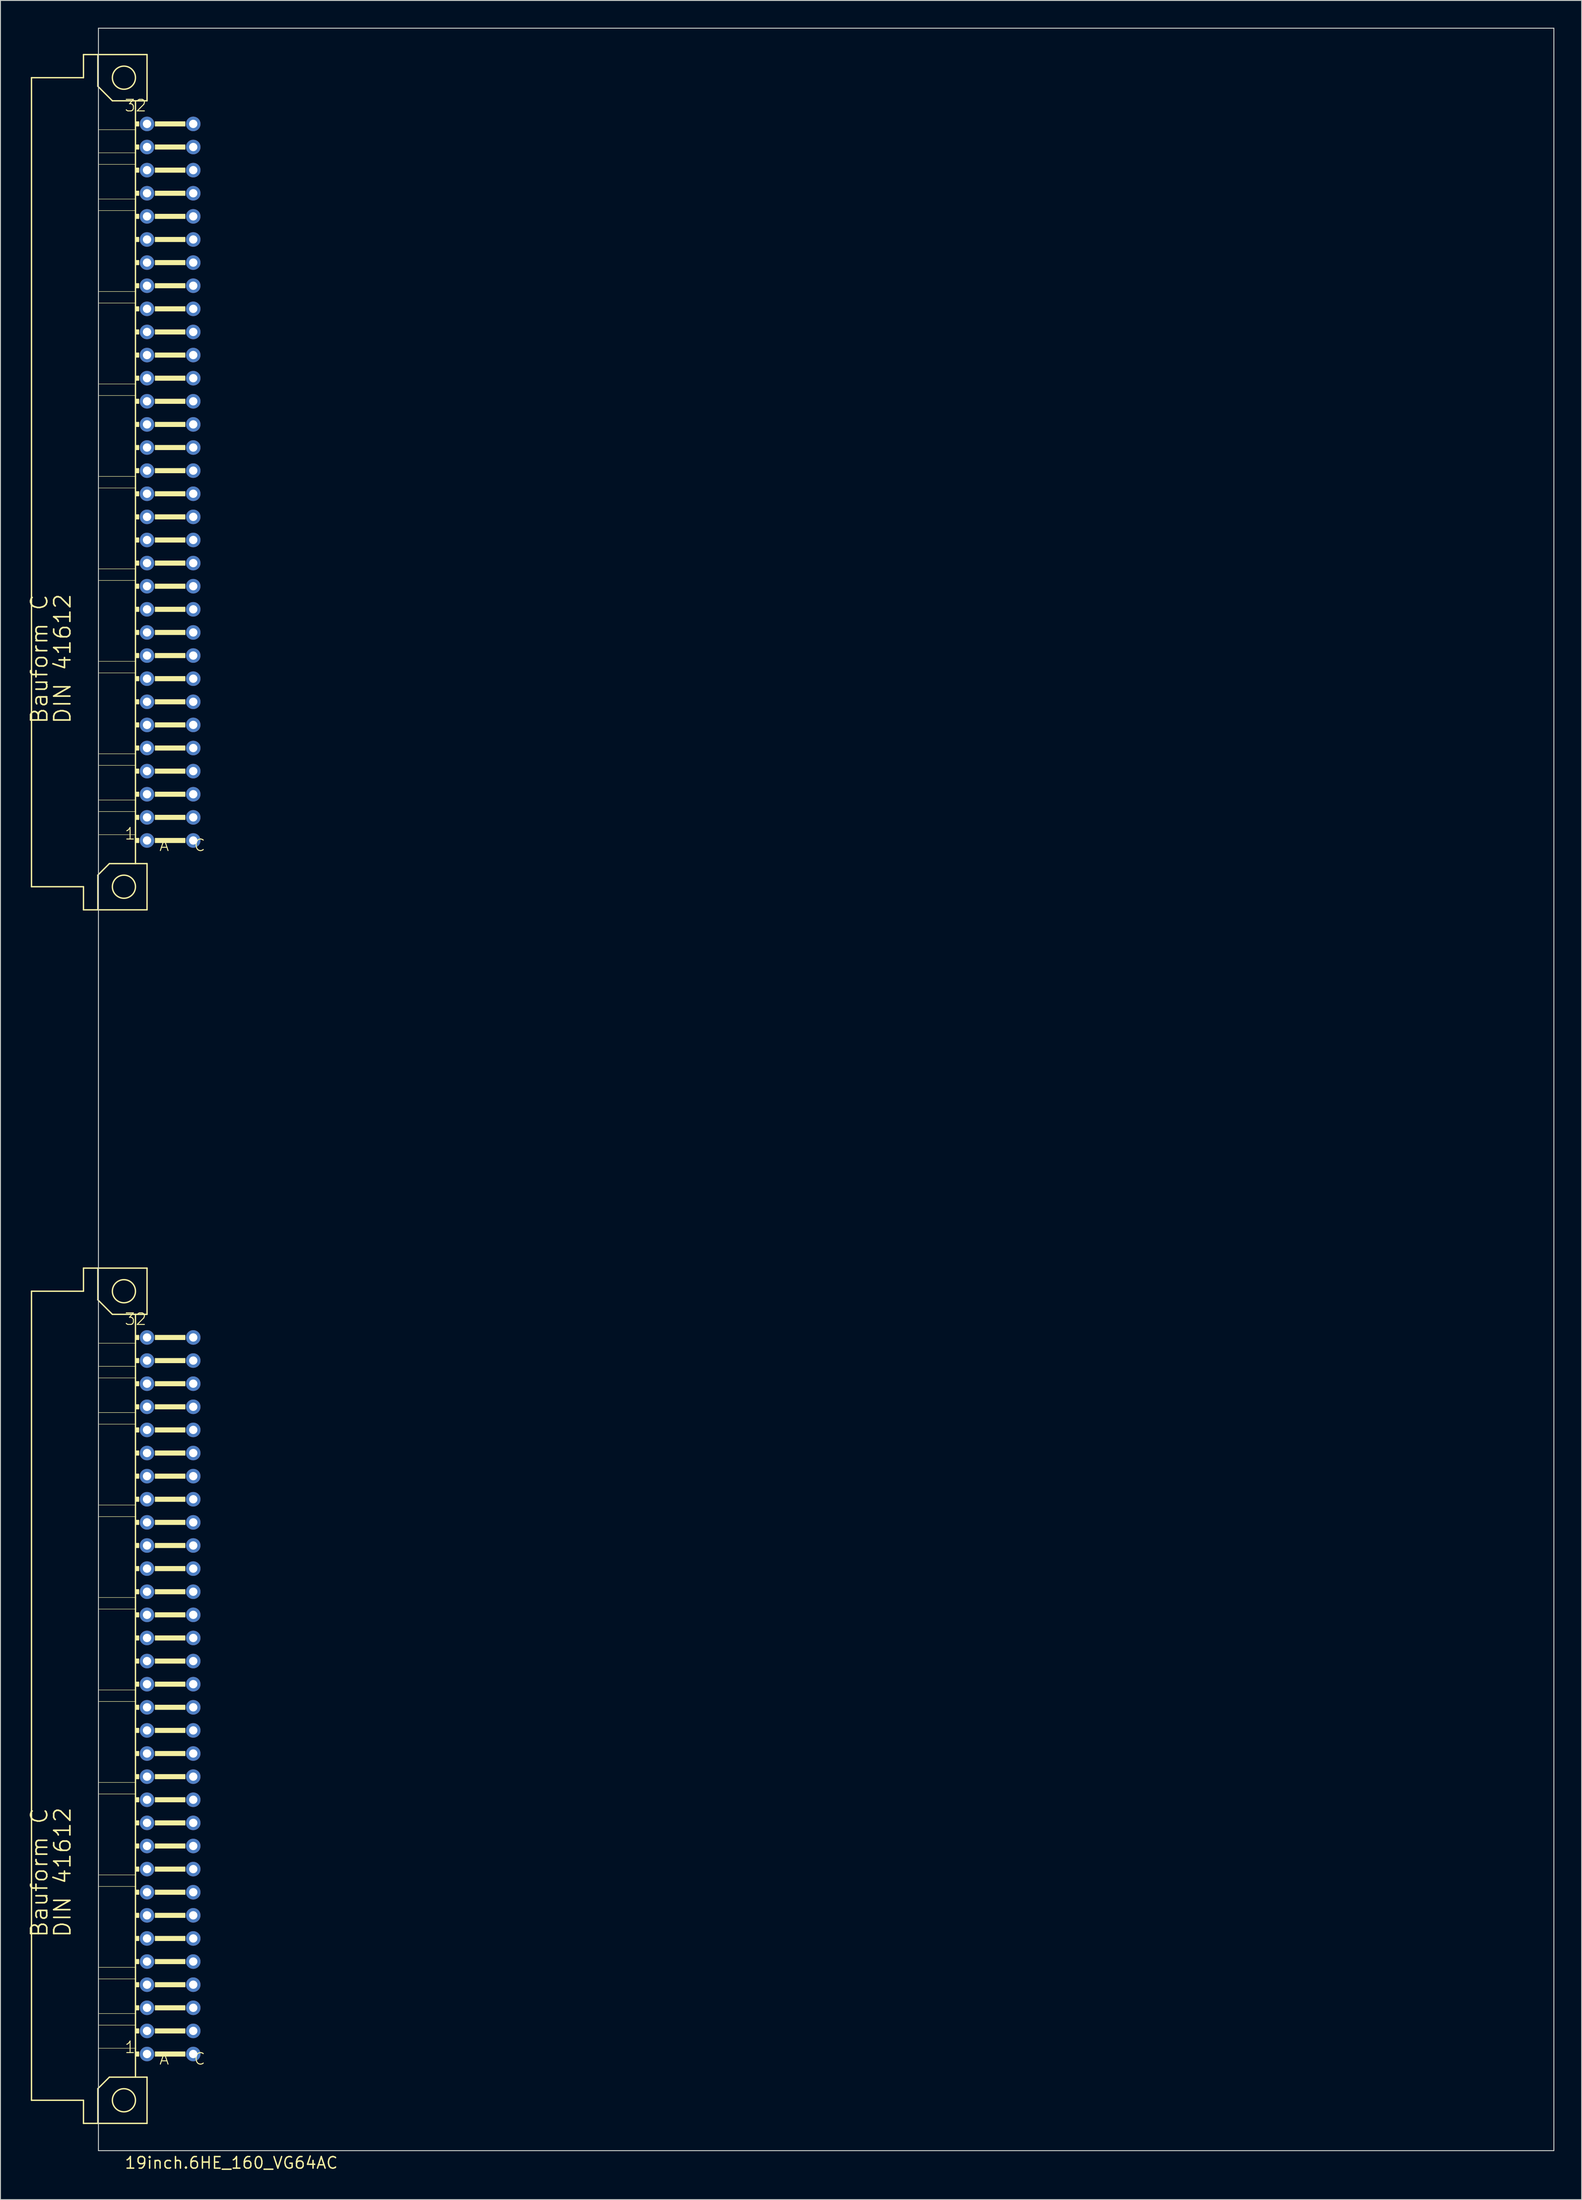
<source format=kicad_pcb>
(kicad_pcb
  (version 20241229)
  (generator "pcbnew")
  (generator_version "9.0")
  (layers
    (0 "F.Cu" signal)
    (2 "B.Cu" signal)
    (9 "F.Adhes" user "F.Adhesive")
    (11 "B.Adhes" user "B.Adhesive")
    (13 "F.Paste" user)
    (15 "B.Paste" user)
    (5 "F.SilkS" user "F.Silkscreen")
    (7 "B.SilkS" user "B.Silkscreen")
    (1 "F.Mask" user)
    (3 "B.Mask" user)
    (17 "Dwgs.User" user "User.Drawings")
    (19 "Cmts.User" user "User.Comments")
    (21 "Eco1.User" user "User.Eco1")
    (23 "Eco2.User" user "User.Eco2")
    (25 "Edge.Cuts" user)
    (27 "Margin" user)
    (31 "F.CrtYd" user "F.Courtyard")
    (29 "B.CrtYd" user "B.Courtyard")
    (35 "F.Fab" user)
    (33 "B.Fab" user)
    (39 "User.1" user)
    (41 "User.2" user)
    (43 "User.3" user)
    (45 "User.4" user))
  (footprint "19inch.6HE_160_VG64AC"
    (layer "F.Cu")
    (at 8.033 234.086)
    (property "Reference" "19inch.6HE_160_VG64AC" (at 2.54 1.27 0) (layer "F.SilkS") (effects (font (size 1.27 1.27) (thickness 0.16)) (justify left bottom)))
    (attr through_hole)
    (fp_line (start -7.62 -228.6) (end -7.62 -139.7) (stroke (width 0.152) (type default)) (layer "F.SilkS"))
    (fp_line (start -7.62 -139.7) (end -1.905 -139.7) (stroke (width 0.152) (type default)) (layer "F.SilkS"))
    (fp_line (start -7.62 -95.25) (end -7.62 -6.35) (stroke (width 0.152) (type default)) (layer "F.SilkS"))
    (fp_line (start -7.62 -6.35) (end -1.905 -6.35) (stroke (width 0.152) (type default)) (layer "F.SilkS"))
    (fp_line (start -1.905 -231.14) (end -1.905 -228.6) (stroke (width 0.152) (type default)) (layer "F.SilkS"))
    (fp_line (start -1.905 -228.6) (end -7.62 -228.6) (stroke (width 0.152) (type default)) (layer "F.SilkS"))
    (fp_line (start -1.905 -139.7) (end -1.905 -137.16) (stroke (width 0.152) (type default)) (layer "F.SilkS"))
    (fp_line (start -1.905 -137.16) (end -0.33 -137.16) (stroke (width 0.152) (type default)) (layer "F.SilkS"))
    (fp_line (start -1.905 -97.79) (end -1.905 -95.25) (stroke (width 0.152) (type default)) (layer "F.SilkS"))
    (fp_line (start -1.905 -95.25) (end -7.62 -95.25) (stroke (width 0.152) (type default)) (layer "F.SilkS"))
    (fp_line (start -1.905 -6.35) (end -1.905 -3.81) (stroke (width 0.152) (type default)) (layer "F.SilkS"))
    (fp_line (start -1.905 -3.81) (end -0.33 -3.81) (stroke (width 0.152) (type default)) (layer "F.SilkS"))
    (fp_line (start -0.33 -231.14) (end -1.905 -231.14) (stroke (width 0.152) (type default)) (layer "F.SilkS"))
    (fp_line (start -0.33 -227.66) (end -0.33 -231.14) (stroke (width 0.152) (type default)) (layer "F.SilkS"))
    (fp_line (start -0.33 -227.66) (end 1.27 -226.06) (stroke (width 0.152) (type default)) (layer "F.SilkS"))
    (fp_line (start -0.33 -140.97) (end -0.33 -137.16) (stroke (width 0.152) (type default)) (layer "F.SilkS"))
    (fp_line (start -0.33 -137.16) (end 5.08 -137.16) (stroke (width 0.152) (type default)) (layer "F.SilkS"))
    (fp_line (start -0.33 -97.79) (end -1.905 -97.79) (stroke (width 0.152) (type default)) (layer "F.SilkS"))
    (fp_line (start -0.33 -94.31) (end -0.33 -97.79) (stroke (width 0.152) (type default)) (layer "F.SilkS"))
    (fp_line (start -0.33 -94.31) (end 1.27 -92.71) (stroke (width 0.152) (type default)) (layer "F.SilkS"))
    (fp_line (start -0.33 -7.62) (end -0.33 -3.81) (stroke (width 0.152) (type default)) (layer "F.SilkS"))
    (fp_line (start -0.33 -3.81) (end 5.08 -3.81) (stroke (width 0.152) (type default)) (layer "F.SilkS"))
    (fp_line (start -0.254 -222.885) (end 3.81 -222.885) (stroke (width 0.051) (type default)) (layer "F.SilkS"))
    (fp_line (start -0.254 -220.345) (end -0.254 -222.885) (stroke (width 0.051) (type default)) (layer "F.SilkS"))
    (fp_line (start -0.254 -220.345) (end 3.81 -220.345) (stroke (width 0.051) (type default)) (layer "F.SilkS"))
    (fp_line (start -0.254 -219.075) (end 3.81 -219.075) (stroke (width 0.051) (type default)) (layer "F.SilkS"))
    (fp_line (start -0.254 -215.265) (end -0.254 -219.075) (stroke (width 0.051) (type default)) (layer "F.SilkS"))
    (fp_line (start -0.254 -215.265) (end 3.81 -215.265) (stroke (width 0.051) (type default)) (layer "F.SilkS"))
    (fp_line (start -0.254 -213.995) (end 3.81 -213.995) (stroke (width 0.051) (type default)) (layer "F.SilkS"))
    (fp_line (start -0.254 -205.105) (end -0.254 -213.995) (stroke (width 0.051) (type default)) (layer "F.SilkS"))
    (fp_line (start -0.254 -205.105) (end 3.81 -205.105) (stroke (width 0.051) (type default)) (layer "F.SilkS"))
    (fp_line (start -0.254 -203.835) (end 3.81 -203.835) (stroke (width 0.051) (type default)) (layer "F.SilkS"))
    (fp_line (start -0.254 -194.945) (end -0.254 -203.835) (stroke (width 0.051) (type default)) (layer "F.SilkS"))
    (fp_line (start -0.254 -194.945) (end 3.81 -194.945) (stroke (width 0.051) (type default)) (layer "F.SilkS"))
    (fp_line (start -0.254 -193.675) (end 3.81 -193.675) (stroke (width 0.051) (type default)) (layer "F.SilkS"))
    (fp_line (start -0.254 -184.785) (end -0.254 -193.675) (stroke (width 0.051) (type default)) (layer "F.SilkS"))
    (fp_line (start -0.254 -184.785) (end 3.81 -184.785) (stroke (width 0.051) (type default)) (layer "F.SilkS"))
    (fp_line (start -0.254 -183.515) (end 3.81 -183.515) (stroke (width 0.051) (type default)) (layer "F.SilkS"))
    (fp_line (start -0.254 -174.625) (end -0.254 -183.515) (stroke (width 0.051) (type default)) (layer "F.SilkS"))
    (fp_line (start -0.254 -174.625) (end 3.81 -174.625) (stroke (width 0.051) (type default)) (layer "F.SilkS"))
    (fp_line (start -0.254 -173.355) (end 3.81 -173.355) (stroke (width 0.051) (type default)) (layer "F.SilkS"))
    (fp_line (start -0.254 -164.465) (end -0.254 -173.355) (stroke (width 0.051) (type default)) (layer "F.SilkS"))
    (fp_line (start -0.254 -164.465) (end 3.81 -164.465) (stroke (width 0.051) (type default)) (layer "F.SilkS"))
    (fp_line (start -0.254 -163.195) (end 3.81 -163.195) (stroke (width 0.051) (type default)) (layer "F.SilkS"))
    (fp_line (start -0.254 -154.305) (end -0.254 -163.195) (stroke (width 0.051) (type default)) (layer "F.SilkS"))
    (fp_line (start -0.254 -154.305) (end 3.81 -154.305) (stroke (width 0.051) (type default)) (layer "F.SilkS"))
    (fp_line (start -0.254 -153.035) (end 3.81 -153.035) (stroke (width 0.051) (type default)) (layer "F.SilkS"))
    (fp_line (start -0.254 -149.225) (end -0.254 -153.035) (stroke (width 0.051) (type default)) (layer "F.SilkS"))
    (fp_line (start -0.254 -149.225) (end 3.81 -149.225) (stroke (width 0.051) (type default)) (layer "F.SilkS"))
    (fp_line (start -0.254 -147.955) (end 3.81 -147.955) (stroke (width 0.051) (type default)) (layer "F.SilkS"))
    (fp_line (start -0.254 -145.415) (end -0.254 -147.955) (stroke (width 0.051) (type default)) (layer "F.SilkS"))
    (fp_line (start -0.254 -145.415) (end 3.81 -145.415) (stroke (width 0.051) (type default)) (layer "F.SilkS"))
    (fp_line (start -0.254 -89.535) (end 3.81 -89.535) (stroke (width 0.051) (type default)) (layer "F.SilkS"))
    (fp_line (start -0.254 -86.995) (end -0.254 -89.535) (stroke (width 0.051) (type default)) (layer "F.SilkS"))
    (fp_line (start -0.254 -86.995) (end 3.81 -86.995) (stroke (width 0.051) (type default)) (layer "F.SilkS"))
    (fp_line (start -0.254 -85.725) (end 3.81 -85.725) (stroke (width 0.051) (type default)) (layer "F.SilkS"))
    (fp_line (start -0.254 -81.915) (end -0.254 -85.725) (stroke (width 0.051) (type default)) (layer "F.SilkS"))
    (fp_line (start -0.254 -81.915) (end 3.81 -81.915) (stroke (width 0.051) (type default)) (layer "F.SilkS"))
    (fp_line (start -0.254 -80.645) (end 3.81 -80.645) (stroke (width 0.051) (type default)) (layer "F.SilkS"))
    (fp_line (start -0.254 -71.755) (end -0.254 -80.645) (stroke (width 0.051) (type default)) (layer "F.SilkS"))
    (fp_line (start -0.254 -71.755) (end 3.81 -71.755) (stroke (width 0.051) (type default)) (layer "F.SilkS"))
    (fp_line (start -0.254 -70.485) (end 3.81 -70.485) (stroke (width 0.051) (type default)) (layer "F.SilkS"))
    (fp_line (start -0.254 -61.595) (end -0.254 -70.485) (stroke (width 0.051) (type default)) (layer "F.SilkS"))
    (fp_line (start -0.254 -61.595) (end 3.81 -61.595) (stroke (width 0.051) (type default)) (layer "F.SilkS"))
    (fp_line (start -0.254 -60.325) (end 3.81 -60.325) (stroke (width 0.051) (type default)) (layer "F.SilkS"))
    (fp_line (start -0.254 -51.435) (end -0.254 -60.325) (stroke (width 0.051) (type default)) (layer "F.SilkS"))
    (fp_line (start -0.254 -51.435) (end 3.81 -51.435) (stroke (width 0.051) (type default)) (layer "F.SilkS"))
    (fp_line (start -0.254 -50.165) (end 3.81 -50.165) (stroke (width 0.051) (type default)) (layer "F.SilkS"))
    (fp_line (start -0.254 -41.275) (end -0.254 -50.165) (stroke (width 0.051) (type default)) (layer "F.SilkS"))
    (fp_line (start -0.254 -41.275) (end 3.81 -41.275) (stroke (width 0.051) (type default)) (layer "F.SilkS"))
    (fp_line (start -0.254 -40.005) (end 3.81 -40.005) (stroke (width 0.051) (type default)) (layer "F.SilkS"))
    (fp_line (start -0.254 -31.115) (end -0.254 -40.005) (stroke (width 0.051) (type default)) (layer "F.SilkS"))
    (fp_line (start -0.254 -31.115) (end 3.81 -31.115) (stroke (width 0.051) (type default)) (layer "F.SilkS"))
    (fp_line (start -0.254 -29.845) (end 3.81 -29.845) (stroke (width 0.051) (type default)) (layer "F.SilkS"))
    (fp_line (start -0.254 -20.955) (end -0.254 -29.845) (stroke (width 0.051) (type default)) (layer "F.SilkS"))
    (fp_line (start -0.254 -20.955) (end 3.81 -20.955) (stroke (width 0.051) (type default)) (layer "F.SilkS"))
    (fp_line (start -0.254 -19.685) (end 3.81 -19.685) (stroke (width 0.051) (type default)) (layer "F.SilkS"))
    (fp_line (start -0.254 -15.875) (end -0.254 -19.685) (stroke (width 0.051) (type default)) (layer "F.SilkS"))
    (fp_line (start -0.254 -15.875) (end 3.81 -15.875) (stroke (width 0.051) (type default)) (layer "F.SilkS"))
    (fp_line (start -0.254 -14.605) (end 3.81 -14.605) (stroke (width 0.051) (type default)) (layer "F.SilkS"))
    (fp_line (start -0.254 -12.065) (end -0.254 -14.605) (stroke (width 0.051) (type default)) (layer "F.SilkS"))
    (fp_line (start -0.254 -12.065) (end 3.81 -12.065) (stroke (width 0.051) (type default)) (layer "F.SilkS"))
    (fp_line (start 0.94 -142.24) (end -0.33 -140.97) (stroke (width 0.152) (type default)) (layer "F.SilkS"))
    (fp_line (start 0.94 -8.89) (end -0.33 -7.62) (stroke (width 0.152) (type default)) (layer "F.SilkS"))
    (fp_line (start 3.81 -226.06) (end 1.27 -226.06) (stroke (width 0.152) (type default)) (layer "F.SilkS"))
    (fp_line (start 3.81 -222.885) (end 3.81 -226.06) (stroke (width 0.152) (type default)) (layer "F.SilkS"))
    (fp_line (start 3.81 -220.345) (end 3.81 -222.885) (stroke (width 0.152) (type default)) (layer "F.SilkS"))
    (fp_line (start 3.81 -219.075) (end 3.81 -220.345) (stroke (width 0.152) (type default)) (layer "F.SilkS"))
    (fp_line (start 3.81 -215.265) (end 3.81 -219.075) (stroke (width 0.152) (type default)) (layer "F.SilkS"))
    (fp_line (start 3.81 -213.995) (end 3.81 -215.265) (stroke (width 0.152) (type default)) (layer "F.SilkS"))
    (fp_line (start 3.81 -205.105) (end 3.81 -213.995) (stroke (width 0.152) (type default)) (layer "F.SilkS"))
    (fp_line (start 3.81 -203.835) (end 3.81 -205.105) (stroke (width 0.152) (type default)) (layer "F.SilkS"))
    (fp_line (start 3.81 -194.945) (end 3.81 -203.835) (stroke (width 0.152) (type default)) (layer "F.SilkS"))
    (fp_line (start 3.81 -193.675) (end 3.81 -194.945) (stroke (width 0.152) (type default)) (layer "F.SilkS"))
    (fp_line (start 3.81 -184.785) (end 3.81 -193.675) (stroke (width 0.152) (type default)) (layer "F.SilkS"))
    (fp_line (start 3.81 -183.515) (end 3.81 -184.785) (stroke (width 0.152) (type default)) (layer "F.SilkS"))
    (fp_line (start 3.81 -174.625) (end 3.81 -183.515) (stroke (width 0.152) (type default)) (layer "F.SilkS"))
    (fp_line (start 3.81 -173.355) (end 3.81 -174.625) (stroke (width 0.152) (type default)) (layer "F.SilkS"))
    (fp_line (start 3.81 -164.465) (end 3.81 -173.355) (stroke (width 0.152) (type default)) (layer "F.SilkS"))
    (fp_line (start 3.81 -163.195) (end 3.81 -164.465) (stroke (width 0.152) (type default)) (layer "F.SilkS"))
    (fp_line (start 3.81 -154.305) (end 3.81 -163.195) (stroke (width 0.152) (type default)) (layer "F.SilkS"))
    (fp_line (start 3.81 -153.035) (end 3.81 -154.305) (stroke (width 0.152) (type default)) (layer "F.SilkS"))
    (fp_line (start 3.81 -149.225) (end 3.81 -153.035) (stroke (width 0.152) (type default)) (layer "F.SilkS"))
    (fp_line (start 3.81 -147.955) (end 3.81 -149.225) (stroke (width 0.152) (type default)) (layer "F.SilkS"))
    (fp_line (start 3.81 -145.415) (end 3.81 -147.955) (stroke (width 0.152) (type default)) (layer "F.SilkS"))
    (fp_line (start 3.81 -142.24) (end 0.94 -142.24) (stroke (width 0.152) (type default)) (layer "F.SilkS"))
    (fp_line (start 3.81 -142.24) (end 3.81 -145.415) (stroke (width 0.152) (type default)) (layer "F.SilkS"))
    (fp_line (start 3.81 -92.71) (end 1.27 -92.71) (stroke (width 0.152) (type default)) (layer "F.SilkS"))
    (fp_line (start 3.81 -89.535) (end 3.81 -92.71) (stroke (width 0.152) (type default)) (layer "F.SilkS"))
    (fp_line (start 3.81 -86.995) (end 3.81 -89.535) (stroke (width 0.152) (type default)) (layer "F.SilkS"))
    (fp_line (start 3.81 -85.725) (end 3.81 -86.995) (stroke (width 0.152) (type default)) (layer "F.SilkS"))
    (fp_line (start 3.81 -81.915) (end 3.81 -85.725) (stroke (width 0.152) (type default)) (layer "F.SilkS"))
    (fp_line (start 3.81 -80.645) (end 3.81 -81.915) (stroke (width 0.152) (type default)) (layer "F.SilkS"))
    (fp_line (start 3.81 -71.755) (end 3.81 -80.645) (stroke (width 0.152) (type default)) (layer "F.SilkS"))
    (fp_line (start 3.81 -70.485) (end 3.81 -71.755) (stroke (width 0.152) (type default)) (layer "F.SilkS"))
    (fp_line (start 3.81 -61.595) (end 3.81 -70.485) (stroke (width 0.152) (type default)) (layer "F.SilkS"))
    (fp_line (start 3.81 -60.325) (end 3.81 -61.595) (stroke (width 0.152) (type default)) (layer "F.SilkS"))
    (fp_line (start 3.81 -51.435) (end 3.81 -60.325) (stroke (width 0.152) (type default)) (layer "F.SilkS"))
    (fp_line (start 3.81 -50.165) (end 3.81 -51.435) (stroke (width 0.152) (type default)) (layer "F.SilkS"))
    (fp_line (start 3.81 -41.275) (end 3.81 -50.165) (stroke (width 0.152) (type default)) (layer "F.SilkS"))
    (fp_line (start 3.81 -40.005) (end 3.81 -41.275) (stroke (width 0.152) (type default)) (layer "F.SilkS"))
    (fp_line (start 3.81 -31.115) (end 3.81 -40.005) (stroke (width 0.152) (type default)) (layer "F.SilkS"))
    (fp_line (start 3.81 -29.845) (end 3.81 -31.115) (stroke (width 0.152) (type default)) (layer "F.SilkS"))
    (fp_line (start 3.81 -20.955) (end 3.81 -29.845) (stroke (width 0.152) (type default)) (layer "F.SilkS"))
    (fp_line (start 3.81 -19.685) (end 3.81 -20.955) (stroke (width 0.152) (type default)) (layer "F.SilkS"))
    (fp_line (start 3.81 -15.875) (end 3.81 -19.685) (stroke (width 0.152) (type default)) (layer "F.SilkS"))
    (fp_line (start 3.81 -14.605) (end 3.81 -15.875) (stroke (width 0.152) (type default)) (layer "F.SilkS"))
    (fp_line (start 3.81 -12.065) (end 3.81 -14.605) (stroke (width 0.152) (type default)) (layer "F.SilkS"))
    (fp_line (start 3.81 -8.89) (end 0.94 -8.89) (stroke (width 0.152) (type default)) (layer "F.SilkS"))
    (fp_line (start 3.81 -8.89) (end 3.81 -12.065) (stroke (width 0.152) (type default)) (layer "F.SilkS"))
    (fp_line (start 5.08 -231.14) (end -0.33 -231.14) (stroke (width 0.152) (type default)) (layer "F.SilkS"))
    (fp_line (start 5.08 -226.06) (end 3.81 -226.06) (stroke (width 0.152) (type default)) (layer "F.SilkS"))
    (fp_line (start 5.08 -226.06) (end 5.08 -231.14) (stroke (width 0.152) (type default)) (layer "F.SilkS"))
    (fp_line (start 5.08 -142.24) (end 3.81 -142.24) (stroke (width 0.152) (type default)) (layer "F.SilkS"))
    (fp_line (start 5.08 -137.16) (end 5.08 -142.24) (stroke (width 0.152) (type default)) (layer "F.SilkS"))
    (fp_line (start 5.08 -97.79) (end -0.33 -97.79) (stroke (width 0.152) (type default)) (layer "F.SilkS"))
    (fp_line (start 5.08 -92.71) (end 3.81 -92.71) (stroke (width 0.152) (type default)) (layer "F.SilkS"))
    (fp_line (start 5.08 -92.71) (end 5.08 -97.79) (stroke (width 0.152) (type default)) (layer "F.SilkS"))
    (fp_line (start 5.08 -8.89) (end 3.81 -8.89) (stroke (width 0.152) (type default)) (layer "F.SilkS"))
    (fp_line (start 5.08 -3.81) (end 5.08 -8.89) (stroke (width 0.152) (type default)) (layer "F.SilkS"))
    (fp_rect (start 3.81 -223.266) (end 4.191 -223.774) (stroke (width 0.05) (type default)) (fill yes) (layer "F.SilkS"))
    (fp_rect (start 3.81 -220.726) (end 4.191 -221.234) (stroke (width 0.05) (type default)) (fill yes) (layer "F.SilkS"))
    (fp_rect (start 3.81 -218.186) (end 4.191 -218.694) (stroke (width 0.05) (type default)) (fill yes) (layer "F.SilkS"))
    (fp_rect (start 3.81 -215.646) (end 4.191 -216.154) (stroke (width 0.05) (type default)) (fill yes) (layer "F.SilkS"))
    (fp_rect (start 3.81 -213.106) (end 4.191 -213.614) (stroke (width 0.05) (type default)) (fill yes) (layer "F.SilkS"))
    (fp_rect (start 3.81 -210.566) (end 4.191 -211.074) (stroke (width 0.05) (type default)) (fill yes) (layer "F.SilkS"))
    (fp_rect (start 3.81 -208.026) (end 4.191 -208.534) (stroke (width 0.05) (type default)) (fill yes) (layer "F.SilkS"))
    (fp_rect (start 3.81 -205.486) (end 4.191 -205.994) (stroke (width 0.05) (type default)) (fill yes) (layer "F.SilkS"))
    (fp_rect (start 3.81 -202.946) (end 4.191 -203.454) (stroke (width 0.05) (type default)) (fill yes) (layer "F.SilkS"))
    (fp_rect (start 3.81 -200.406) (end 4.191 -200.914) (stroke (width 0.05) (type default)) (fill yes) (layer "F.SilkS"))
    (fp_rect (start 3.81 -197.866) (end 4.191 -198.374) (stroke (width 0.05) (type default)) (fill yes) (layer "F.SilkS"))
    (fp_rect (start 3.81 -195.326) (end 4.191 -195.834) (stroke (width 0.05) (type default)) (fill yes) (layer "F.SilkS"))
    (fp_rect (start 3.81 -192.786) (end 4.191 -193.294) (stroke (width 0.05) (type default)) (fill yes) (layer "F.SilkS"))
    (fp_rect (start 3.81 -190.246) (end 4.191 -190.754) (stroke (width 0.05) (type default)) (fill yes) (layer "F.SilkS"))
    (fp_rect (start 3.81 -187.706) (end 4.191 -188.214) (stroke (width 0.05) (type default)) (fill yes) (layer "F.SilkS"))
    (fp_rect (start 3.81 -185.166) (end 4.191 -185.674) (stroke (width 0.05) (type default)) (fill yes) (layer "F.SilkS"))
    (fp_rect (start 3.81 -182.626) (end 4.191 -183.134) (stroke (width 0.05) (type default)) (fill yes) (layer "F.SilkS"))
    (fp_rect (start 3.81 -180.086) (end 4.191 -180.594) (stroke (width 0.05) (type default)) (fill yes) (layer "F.SilkS"))
    (fp_rect (start 3.81 -177.546) (end 4.191 -178.054) (stroke (width 0.05) (type default)) (fill yes) (layer "F.SilkS"))
    (fp_rect (start 3.81 -175.006) (end 4.191 -175.514) (stroke (width 0.05) (type default)) (fill yes) (layer "F.SilkS"))
    (fp_rect (start 3.81 -172.466) (end 4.191 -172.974) (stroke (width 0.05) (type default)) (fill yes) (layer "F.SilkS"))
    (fp_rect (start 3.81 -169.926) (end 4.191 -170.434) (stroke (width 0.05) (type default)) (fill yes) (layer "F.SilkS"))
    (fp_rect (start 3.81 -167.386) (end 4.191 -167.894) (stroke (width 0.05) (type default)) (fill yes) (layer "F.SilkS"))
    (fp_rect (start 3.81 -164.846) (end 4.191 -165.354) (stroke (width 0.05) (type default)) (fill yes) (layer "F.SilkS"))
    (fp_rect (start 3.81 -162.306) (end 4.191 -162.814) (stroke (width 0.05) (type default)) (fill yes) (layer "F.SilkS"))
    (fp_rect (start 3.81 -159.766) (end 4.191 -160.274) (stroke (width 0.05) (type default)) (fill yes) (layer "F.SilkS"))
    (fp_rect (start 3.81 -157.226) (end 4.191 -157.734) (stroke (width 0.05) (type default)) (fill yes) (layer "F.SilkS"))
    (fp_rect (start 3.81 -154.686) (end 4.191 -155.194) (stroke (width 0.05) (type default)) (fill yes) (layer "F.SilkS"))
    (fp_rect (start 3.81 -152.146) (end 4.191 -152.654) (stroke (width 0.05) (type default)) (fill yes) (layer "F.SilkS"))
    (fp_rect (start 3.81 -149.606) (end 4.191 -150.114) (stroke (width 0.05) (type default)) (fill yes) (layer "F.SilkS"))
    (fp_rect (start 3.81 -147.066) (end 4.191 -147.574) (stroke (width 0.05) (type default)) (fill yes) (layer "F.SilkS"))
    (fp_rect (start 3.81 -144.526) (end 4.191 -145.034) (stroke (width 0.05) (type default)) (fill yes) (layer "F.SilkS"))
    (fp_rect (start 3.81 -89.916) (end 4.191 -90.424) (stroke (width 0.05) (type default)) (fill yes) (layer "F.SilkS"))
    (fp_rect (start 3.81 -87.376) (end 4.191 -87.884) (stroke (width 0.05) (type default)) (fill yes) (layer "F.SilkS"))
    (fp_rect (start 3.81 -84.836) (end 4.191 -85.344) (stroke (width 0.05) (type default)) (fill yes) (layer "F.SilkS"))
    (fp_rect (start 3.81 -82.296) (end 4.191 -82.804) (stroke (width 0.05) (type default)) (fill yes) (layer "F.SilkS"))
    (fp_rect (start 3.81 -79.756) (end 4.191 -80.264) (stroke (width 0.05) (type default)) (fill yes) (layer "F.SilkS"))
    (fp_rect (start 3.81 -77.216) (end 4.191 -77.724) (stroke (width 0.05) (type default)) (fill yes) (layer "F.SilkS"))
    (fp_rect (start 3.81 -74.676) (end 4.191 -75.184) (stroke (width 0.05) (type default)) (fill yes) (layer "F.SilkS"))
    (fp_rect (start 3.81 -72.136) (end 4.191 -72.644) (stroke (width 0.05) (type default)) (fill yes) (layer "F.SilkS"))
    (fp_rect (start 3.81 -69.596) (end 4.191 -70.104) (stroke (width 0.05) (type default)) (fill yes) (layer "F.SilkS"))
    (fp_rect (start 3.81 -67.056) (end 4.191 -67.564) (stroke (width 0.05) (type default)) (fill yes) (layer "F.SilkS"))
    (fp_rect (start 3.81 -64.516) (end 4.191 -65.024) (stroke (width 0.05) (type default)) (fill yes) (layer "F.SilkS"))
    (fp_rect (start 3.81 -61.976) (end 4.191 -62.484) (stroke (width 0.05) (type default)) (fill yes) (layer "F.SilkS"))
    (fp_rect (start 3.81 -59.436) (end 4.191 -59.944) (stroke (width 0.05) (type default)) (fill yes) (layer "F.SilkS"))
    (fp_rect (start 3.81 -56.896) (end 4.191 -57.404) (stroke (width 0.05) (type default)) (fill yes) (layer "F.SilkS"))
    (fp_rect (start 3.81 -54.356) (end 4.191 -54.864) (stroke (width 0.05) (type default)) (fill yes) (layer "F.SilkS"))
    (fp_rect (start 3.81 -51.816) (end 4.191 -52.324) (stroke (width 0.05) (type default)) (fill yes) (layer "F.SilkS"))
    (fp_rect (start 3.81 -49.276) (end 4.191 -49.784) (stroke (width 0.05) (type default)) (fill yes) (layer "F.SilkS"))
    (fp_rect (start 3.81 -46.736) (end 4.191 -47.244) (stroke (width 0.05) (type default)) (fill yes) (layer "F.SilkS"))
    (fp_rect (start 3.81 -44.196) (end 4.191 -44.704) (stroke (width 0.05) (type default)) (fill yes) (layer "F.SilkS"))
    (fp_rect (start 3.81 -41.656) (end 4.191 -42.164) (stroke (width 0.05) (type default)) (fill yes) (layer "F.SilkS"))
    (fp_rect (start 3.81 -39.116) (end 4.191 -39.624) (stroke (width 0.05) (type default)) (fill yes) (layer "F.SilkS"))
    (fp_rect (start 3.81 -36.576) (end 4.191 -37.084) (stroke (width 0.05) (type default)) (fill yes) (layer "F.SilkS"))
    (fp_rect (start 3.81 -34.036) (end 4.191 -34.544) (stroke (width 0.05) (type default)) (fill yes) (layer "F.SilkS"))
    (fp_rect (start 3.81 -31.496) (end 4.191 -32.004) (stroke (width 0.05) (type default)) (fill yes) (layer "F.SilkS"))
    (fp_rect (start 3.81 -28.956) (end 4.191 -29.464) (stroke (width 0.05) (type default)) (fill yes) (layer "F.SilkS"))
    (fp_rect (start 3.81 -26.416) (end 4.191 -26.924) (stroke (width 0.05) (type default)) (fill yes) (layer "F.SilkS"))
    (fp_rect (start 3.81 -23.876) (end 4.191 -24.384) (stroke (width 0.05) (type default)) (fill yes) (layer "F.SilkS"))
    (fp_rect (start 3.81 -21.336) (end 4.191 -21.844) (stroke (width 0.05) (type default)) (fill yes) (layer "F.SilkS"))
    (fp_rect (start 3.81 -18.796) (end 4.191 -19.304) (stroke (width 0.05) (type default)) (fill yes) (layer "F.SilkS"))
    (fp_rect (start 3.81 -16.256) (end 4.191 -16.764) (stroke (width 0.05) (type default)) (fill yes) (layer "F.SilkS"))
    (fp_rect (start 3.81 -13.716) (end 4.191 -14.224) (stroke (width 0.05) (type default)) (fill yes) (layer "F.SilkS"))
    (fp_rect (start 3.81 -11.176) (end 4.191 -11.684) (stroke (width 0.05) (type default)) (fill yes) (layer "F.SilkS"))
    (fp_rect (start 5.969 -223.266) (end 9.271 -223.774) (stroke (width 0.05) (type default)) (fill yes) (layer "F.SilkS"))
    (fp_rect (start 5.969 -220.726) (end 9.271 -221.234) (stroke (width 0.05) (type default)) (fill yes) (layer "F.SilkS"))
    (fp_rect (start 5.969 -218.186) (end 9.271 -218.694) (stroke (width 0.05) (type default)) (fill yes) (layer "F.SilkS"))
    (fp_rect (start 5.969 -215.646) (end 9.271 -216.154) (stroke (width 0.05) (type default)) (fill yes) (layer "F.SilkS"))
    (fp_rect (start 5.969 -213.106) (end 9.271 -213.614) (stroke (width 0.05) (type default)) (fill yes) (layer "F.SilkS"))
    (fp_rect (start 5.969 -210.566) (end 9.271 -211.074) (stroke (width 0.05) (type default)) (fill yes) (layer "F.SilkS"))
    (fp_rect (start 5.969 -208.026) (end 9.271 -208.534) (stroke (width 0.05) (type default)) (fill yes) (layer "F.SilkS"))
    (fp_rect (start 5.969 -205.486) (end 9.271 -205.994) (stroke (width 0.05) (type default)) (fill yes) (layer "F.SilkS"))
    (fp_rect (start 5.969 -202.946) (end 9.271 -203.454) (stroke (width 0.05) (type default)) (fill yes) (layer "F.SilkS"))
    (fp_rect (start 5.969 -200.406) (end 9.271 -200.914) (stroke (width 0.05) (type default)) (fill yes) (layer "F.SilkS"))
    (fp_rect (start 5.969 -197.866) (end 9.271 -198.374) (stroke (width 0.05) (type default)) (fill yes) (layer "F.SilkS"))
    (fp_rect (start 5.969 -195.326) (end 9.271 -195.834) (stroke (width 0.05) (type default)) (fill yes) (layer "F.SilkS"))
    (fp_rect (start 5.969 -192.786) (end 9.271 -193.294) (stroke (width 0.05) (type default)) (fill yes) (layer "F.SilkS"))
    (fp_rect (start 5.969 -190.246) (end 9.271 -190.754) (stroke (width 0.05) (type default)) (fill yes) (layer "F.SilkS"))
    (fp_rect (start 5.969 -187.706) (end 9.271 -188.214) (stroke (width 0.05) (type default)) (fill yes) (layer "F.SilkS"))
    (fp_rect (start 5.969 -185.166) (end 9.271 -185.674) (stroke (width 0.05) (type default)) (fill yes) (layer "F.SilkS"))
    (fp_rect (start 5.969 -182.626) (end 9.271 -183.134) (stroke (width 0.05) (type default)) (fill yes) (layer "F.SilkS"))
    (fp_rect (start 5.969 -180.086) (end 9.271 -180.594) (stroke (width 0.05) (type default)) (fill yes) (layer "F.SilkS"))
    (fp_rect (start 5.969 -177.546) (end 9.271 -178.054) (stroke (width 0.05) (type default)) (fill yes) (layer "F.SilkS"))
    (fp_rect (start 5.969 -175.006) (end 9.271 -175.514) (stroke (width 0.05) (type default)) (fill yes) (layer "F.SilkS"))
    (fp_rect (start 5.969 -172.466) (end 9.271 -172.974) (stroke (width 0.05) (type default)) (fill yes) (layer "F.SilkS"))
    (fp_rect (start 5.969 -169.926) (end 9.271 -170.434) (stroke (width 0.05) (type default)) (fill yes) (layer "F.SilkS"))
    (fp_rect (start 5.969 -167.386) (end 9.271 -167.894) (stroke (width 0.05) (type default)) (fill yes) (layer "F.SilkS"))
    (fp_rect (start 5.969 -164.846) (end 9.271 -165.354) (stroke (width 0.05) (type default)) (fill yes) (layer "F.SilkS"))
    (fp_rect (start 5.969 -162.306) (end 9.271 -162.814) (stroke (width 0.05) (type default)) (fill yes) (layer "F.SilkS"))
    (fp_rect (start 5.969 -159.766) (end 9.271 -160.274) (stroke (width 0.05) (type default)) (fill yes) (layer "F.SilkS"))
    (fp_rect (start 5.969 -157.226) (end 9.271 -157.734) (stroke (width 0.05) (type default)) (fill yes) (layer "F.SilkS"))
    (fp_rect (start 5.969 -154.686) (end 9.271 -155.194) (stroke (width 0.05) (type default)) (fill yes) (layer "F.SilkS"))
    (fp_rect (start 5.969 -152.146) (end 9.271 -152.654) (stroke (width 0.05) (type default)) (fill yes) (layer "F.SilkS"))
    (fp_rect (start 5.969 -149.606) (end 9.271 -150.114) (stroke (width 0.05) (type default)) (fill yes) (layer "F.SilkS"))
    (fp_rect (start 5.969 -147.066) (end 9.271 -147.574) (stroke (width 0.05) (type default)) (fill yes) (layer "F.SilkS"))
    (fp_rect (start 5.969 -144.526) (end 9.271 -145.034) (stroke (width 0.05) (type default)) (fill yes) (layer "F.SilkS"))
    (fp_rect (start 5.969 -89.916) (end 9.271 -90.424) (stroke (width 0.05) (type default)) (fill yes) (layer "F.SilkS"))
    (fp_rect (start 5.969 -87.376) (end 9.271 -87.884) (stroke (width 0.05) (type default)) (fill yes) (layer "F.SilkS"))
    (fp_rect (start 5.969 -84.836) (end 9.271 -85.344) (stroke (width 0.05) (type default)) (fill yes) (layer "F.SilkS"))
    (fp_rect (start 5.969 -82.296) (end 9.271 -82.804) (stroke (width 0.05) (type default)) (fill yes) (layer "F.SilkS"))
    (fp_rect (start 5.969 -79.756) (end 9.271 -80.264) (stroke (width 0.05) (type default)) (fill yes) (layer "F.SilkS"))
    (fp_rect (start 5.969 -77.216) (end 9.271 -77.724) (stroke (width 0.05) (type default)) (fill yes) (layer "F.SilkS"))
    (fp_rect (start 5.969 -74.676) (end 9.271 -75.184) (stroke (width 0.05) (type default)) (fill yes) (layer "F.SilkS"))
    (fp_rect (start 5.969 -72.136) (end 9.271 -72.644) (stroke (width 0.05) (type default)) (fill yes) (layer "F.SilkS"))
    (fp_rect (start 5.969 -69.596) (end 9.271 -70.104) (stroke (width 0.05) (type default)) (fill yes) (layer "F.SilkS"))
    (fp_rect (start 5.969 -67.056) (end 9.271 -67.564) (stroke (width 0.05) (type default)) (fill yes) (layer "F.SilkS"))
    (fp_rect (start 5.969 -64.516) (end 9.271 -65.024) (stroke (width 0.05) (type default)) (fill yes) (layer "F.SilkS"))
    (fp_rect (start 5.969 -61.976) (end 9.271 -62.484) (stroke (width 0.05) (type default)) (fill yes) (layer "F.SilkS"))
    (fp_rect (start 5.969 -59.436) (end 9.271 -59.944) (stroke (width 0.05) (type default)) (fill yes) (layer "F.SilkS"))
    (fp_rect (start 5.969 -56.896) (end 9.271 -57.404) (stroke (width 0.05) (type default)) (fill yes) (layer "F.SilkS"))
    (fp_rect (start 5.969 -54.356) (end 9.271 -54.864) (stroke (width 0.05) (type default)) (fill yes) (layer "F.SilkS"))
    (fp_rect (start 5.969 -51.816) (end 9.271 -52.324) (stroke (width 0.05) (type default)) (fill yes) (layer "F.SilkS"))
    (fp_rect (start 5.969 -49.276) (end 9.271 -49.784) (stroke (width 0.05) (type default)) (fill yes) (layer "F.SilkS"))
    (fp_rect (start 5.969 -46.736) (end 9.271 -47.244) (stroke (width 0.05) (type default)) (fill yes) (layer "F.SilkS"))
    (fp_rect (start 5.969 -44.196) (end 9.271 -44.704) (stroke (width 0.05) (type default)) (fill yes) (layer "F.SilkS"))
    (fp_rect (start 5.969 -41.656) (end 9.271 -42.164) (stroke (width 0.05) (type default)) (fill yes) (layer "F.SilkS"))
    (fp_rect (start 5.969 -39.116) (end 9.271 -39.624) (stroke (width 0.05) (type default)) (fill yes) (layer "F.SilkS"))
    (fp_rect (start 5.969 -36.576) (end 9.271 -37.084) (stroke (width 0.05) (type default)) (fill yes) (layer "F.SilkS"))
    (fp_rect (start 5.969 -34.036) (end 9.271 -34.544) (stroke (width 0.05) (type default)) (fill yes) (layer "F.SilkS"))
    (fp_rect (start 5.969 -31.496) (end 9.271 -32.004) (stroke (width 0.05) (type default)) (fill yes) (layer "F.SilkS"))
    (fp_rect (start 5.969 -28.956) (end 9.271 -29.464) (stroke (width 0.05) (type default)) (fill yes) (layer "F.SilkS"))
    (fp_rect (start 5.969 -26.416) (end 9.271 -26.924) (stroke (width 0.05) (type default)) (fill yes) (layer "F.SilkS"))
    (fp_rect (start 5.969 -23.876) (end 9.271 -24.384) (stroke (width 0.05) (type default)) (fill yes) (layer "F.SilkS"))
    (fp_rect (start 5.969 -21.336) (end 9.271 -21.844) (stroke (width 0.05) (type default)) (fill yes) (layer "F.SilkS"))
    (fp_rect (start 5.969 -18.796) (end 9.271 -19.304) (stroke (width 0.05) (type default)) (fill yes) (layer "F.SilkS"))
    (fp_rect (start 5.969 -16.256) (end 9.271 -16.764) (stroke (width 0.05) (type default)) (fill yes) (layer "F.SilkS"))
    (fp_rect (start 5.969 -13.716) (end 9.271 -14.224) (stroke (width 0.05) (type default)) (fill yes) (layer "F.SilkS"))
    (fp_rect (start 5.969 -11.176) (end 9.271 -11.684) (stroke (width 0.05) (type default)) (fill yes) (layer "F.SilkS"))
    (fp_circle (center 2.54 -228.6) (end 3.81 -228.6) (stroke (width 0.152) (type default)) (fill no) (layer "F.SilkS"))
    (fp_circle (center 2.54 -139.7) (end 3.81 -139.7) (stroke (width 0.152) (type default)) (fill no) (layer "F.SilkS"))
    (fp_circle (center 2.54 -95.25) (end 3.81 -95.25) (stroke (width 0.152) (type default)) (fill no) (layer "F.SilkS"))
    (fp_circle (center 2.54 -6.35) (end 3.81 -6.35) (stroke (width 0.152) (type default)) (fill no) (layer "F.SilkS"))
    (fp_line (start -0.26 -234.036) (end -0.26 -0.813) (stroke (width 0.1) (type default)) (layer "Edge.Cuts"))
    (fp_line (start -0.26 -0.813) (end 159.74 -0.813) (stroke (width 0.1) (type default)) (layer "Edge.Cuts"))
    (fp_line (start 159.74 -234.036) (end -0.26 -234.036) (stroke (width 0.1) (type default)) (layer "Edge.Cuts"))
    (fp_line (start 159.74 -234.036) (end 159.74 -0.813) (stroke (width 0.1) (type default)) (layer "Edge.Cuts"))
    (fp_text user "DIN 41612" (at -3.175 -24.13 270) (layer "F.SilkS") (effects (font (size 1.778 1.778) (thickness 0.18)) (justify left bottom)))
    (fp_text user "32" (at 2.54 -91.44 180) (layer "F.SilkS") (effects (font (size 1.27 1.27) (thickness 0.11)) (justify left bottom)))
    (fp_text user "Bauform C" (at -5.715 -157.48 270) (layer "F.SilkS") (effects (font (size 1.778 1.778) (thickness 0.18)) (justify left bottom)))
    (fp_text user "DIN 41612" (at -3.175 -157.48 270) (layer "F.SilkS") (effects (font (size 1.778 1.778) (thickness 0.18)) (justify left bottom)))
    (fp_text user "A" (at 6.35 -143.51 180) (layer "F.SilkS") (effects (font (size 1.27 1.27) (thickness 0.11)) (justify left bottom)))
    (fp_text user "C" (at 10.16 -10.16 180) (layer "F.SilkS") (effects (font (size 1.27 1.27) (thickness 0.11)) (justify left bottom)))
    (fp_text user "32" (at 2.54 -224.79 180) (layer "F.SilkS") (effects (font (size 1.27 1.27) (thickness 0.11)) (justify left bottom)))
    (fp_text user "Bauform C" (at -5.715 -24.13 270) (layer "F.SilkS") (effects (font (size 1.778 1.778) (thickness 0.18)) (justify left bottom)))
    (fp_text user "C" (at 10.16 -143.51 180) (layer "F.SilkS") (effects (font (size 1.27 1.27) (thickness 0.11)) (justify left bottom)))
    (fp_text user "A" (at 6.35 -10.16 180) (layer "F.SilkS") (effects (font (size 1.27 1.27) (thickness 0.11)) (justify left bottom)))
    (fp_text user "1" (at 2.54 -144.78 180) (layer "F.SilkS") (effects (font (size 1.27 1.27) (thickness 0.11)) (justify left bottom)))
    (fp_text user "1" (at 2.54 -11.43 180) (layer "F.SilkS") (effects (font (size 1.27 1.27) (thickness 0.11)) (justify left bottom)))
    (pad "1-A1" thru_hole circle (at 5.08 -11.43 180) (size 1.6 1.6) (drill 0.914) (layers "*.Cu" "*.Mask"))
    (pad "1-A2" thru_hole circle (at 5.08 -16.51 180) (size 1.6 1.6) (drill 0.914) (layers "*.Cu" "*.Mask"))
    (pad "1-A3" thru_hole circle (at 5.08 -13.97 180) (size 1.6 1.6) (drill 0.914) (layers "*.Cu" "*.Mask"))
    (pad "1-A4" thru_hole circle (at 5.08 -19.05 180) (size 1.6 1.6) (drill 0.914) (layers "*.Cu" "*.Mask"))
    (pad "1-A5" thru_hole circle (at 5.08 -21.59 180) (size 1.6 1.6) (drill 0.914) (layers "*.Cu" "*.Mask"))
    (pad "1-A6" thru_hole circle (at 5.08 -24.13 180) (size 1.6 1.6) (drill 0.914) (layers "*.Cu" "*.Mask"))
    (pad "1-A7" thru_hole circle (at 5.08 -26.67 180) (size 1.6 1.6) (drill 0.914) (layers "*.Cu" "*.Mask"))
    (pad "1-A8" thru_hole circle (at 5.08 -29.21 180) (size 1.6 1.6) (drill 0.914) (layers "*.Cu" "*.Mask"))
    (pad "1-A9" thru_hole circle (at 5.08 -31.75 180) (size 1.6 1.6) (drill 0.914) (layers "*.Cu" "*.Mask"))
    (pad "1-A10" thru_hole circle (at 5.08 -34.29 180) (size 1.6 1.6) (drill 0.914) (layers "*.Cu" "*.Mask"))
    (pad "1-A11" thru_hole circle (at 5.08 -36.83 180) (size 1.6 1.6) (drill 0.914) (layers "*.Cu" "*.Mask"))
    (pad "1-A12" thru_hole circle (at 5.08 -39.37 180) (size 1.6 1.6) (drill 0.914) (layers "*.Cu" "*.Mask"))
    (pad "1-A13" thru_hole circle (at 5.08 -41.91 180) (size 1.6 1.6) (drill 0.914) (layers "*.Cu" "*.Mask"))
    (pad "1-A14" thru_hole circle (at 5.08 -44.45 180) (size 1.6 1.6) (drill 0.914) (layers "*.Cu" "*.Mask"))
    (pad "1-A15" thru_hole circle (at 5.08 -46.99 180) (size 1.6 1.6) (drill 0.914) (layers "*.Cu" "*.Mask"))
    (pad "1-A16" thru_hole circle (at 5.08 -49.53 180) (size 1.6 1.6) (drill 0.914) (layers "*.Cu" "*.Mask"))
    (pad "1-A17" thru_hole circle (at 5.08 -52.07 180) (size 1.6 1.6) (drill 0.914) (layers "*.Cu" "*.Mask"))
    (pad "1-A18" thru_hole circle (at 5.08 -54.61 180) (size 1.6 1.6) (drill 0.914) (layers "*.Cu" "*.Mask"))
    (pad "1-A19" thru_hole circle (at 5.08 -57.15 180) (size 1.6 1.6) (drill 0.914) (layers "*.Cu" "*.Mask"))
    (pad "1-A20" thru_hole circle (at 5.08 -59.69 180) (size 1.6 1.6) (drill 0.914) (layers "*.Cu" "*.Mask"))
    (pad "1-A21" thru_hole circle (at 5.08 -62.23 180) (size 1.6 1.6) (drill 0.914) (layers "*.Cu" "*.Mask"))
    (pad "1-A22" thru_hole circle (at 5.08 -64.77 180) (size 1.6 1.6) (drill 0.914) (layers "*.Cu" "*.Mask"))
    (pad "1-A23" thru_hole circle (at 5.08 -67.31 180) (size 1.6 1.6) (drill 0.914) (layers "*.Cu" "*.Mask"))
    (pad "1-A24" thru_hole circle (at 5.08 -69.85 180) (size 1.6 1.6) (drill 0.914) (layers "*.Cu" "*.Mask"))
    (pad "1-A25" thru_hole circle (at 5.08 -72.39 180) (size 1.6 1.6) (drill 0.914) (layers "*.Cu" "*.Mask"))
    (pad "1-A26" thru_hole circle (at 5.08 -74.93 180) (size 1.6 1.6) (drill 0.914) (layers "*.Cu" "*.Mask"))
    (pad "1-A27" thru_hole circle (at 5.08 -77.47 180) (size 1.6 1.6) (drill 0.914) (layers "*.Cu" "*.Mask"))
    (pad "1-A28" thru_hole circle (at 5.08 -80.01 180) (size 1.6 1.6) (drill 0.914) (layers "*.Cu" "*.Mask"))
    (pad "1-A29" thru_hole circle (at 5.08 -82.55 180) (size 1.6 1.6) (drill 0.914) (layers "*.Cu" "*.Mask"))
    (pad "1-A30" thru_hole circle (at 5.08 -85.09 180) (size 1.6 1.6) (drill 0.914) (layers "*.Cu" "*.Mask"))
    (pad "1-A31" thru_hole circle (at 5.08 -87.63 180) (size 1.6 1.6) (drill 0.914) (layers "*.Cu" "*.Mask"))
    (pad "1-A32" thru_hole circle (at 5.08 -90.17 180) (size 1.6 1.6) (drill 0.914) (layers "*.Cu" "*.Mask"))
    (pad "1-C1" thru_hole circle (at 10.16 -11.43 180) (size 1.6 1.6) (drill 0.914) (layers "*.Cu" "*.Mask"))
    (pad "1-C2" thru_hole circle (at 10.16 -13.97 180) (size 1.6 1.6) (drill 0.914) (layers "*.Cu" "*.Mask"))
    (pad "1-C3" thru_hole circle (at 10.16 -16.51 180) (size 1.6 1.6) (drill 0.914) (layers "*.Cu" "*.Mask"))
    (pad "1-C4" thru_hole circle (at 10.16 -19.05 180) (size 1.6 1.6) (drill 0.914) (layers "*.Cu" "*.Mask"))
    (pad "1-C5" thru_hole circle (at 10.16 -21.59 180) (size 1.6 1.6) (drill 0.914) (layers "*.Cu" "*.Mask"))
    (pad "1-C6" thru_hole circle (at 10.16 -24.13 180) (size 1.6 1.6) (drill 0.914) (layers "*.Cu" "*.Mask"))
    (pad "1-C7" thru_hole circle (at 10.16 -26.67 180) (size 1.6 1.6) (drill 0.914) (layers "*.Cu" "*.Mask"))
    (pad "1-C8" thru_hole circle (at 10.16 -29.21 180) (size 1.6 1.6) (drill 0.914) (layers "*.Cu" "*.Mask"))
    (pad "1-C9" thru_hole circle (at 10.16 -31.75 180) (size 1.6 1.6) (drill 0.914) (layers "*.Cu" "*.Mask"))
    (pad "1-C10" thru_hole circle (at 10.16 -34.29 180) (size 1.6 1.6) (drill 0.914) (layers "*.Cu" "*.Mask"))
    (pad "1-C11" thru_hole circle (at 10.16 -36.83 180) (size 1.6 1.6) (drill 0.914) (layers "*.Cu" "*.Mask"))
    (pad "1-C12" thru_hole circle (at 10.16 -39.37 180) (size 1.6 1.6) (drill 0.914) (layers "*.Cu" "*.Mask"))
    (pad "1-C13" thru_hole circle (at 10.16 -41.91 180) (size 1.6 1.6) (drill 0.914) (layers "*.Cu" "*.Mask"))
    (pad "1-C14" thru_hole circle (at 10.16 -44.45 180) (size 1.6 1.6) (drill 0.914) (layers "*.Cu" "*.Mask"))
    (pad "1-C15" thru_hole circle (at 10.16 -46.99 180) (size 1.6 1.6) (drill 0.914) (layers "*.Cu" "*.Mask"))
    (pad "1-C16" thru_hole circle (at 10.16 -49.53 180) (size 1.6 1.6) (drill 0.914) (layers "*.Cu" "*.Mask"))
    (pad "1-C17" thru_hole circle (at 10.16 -52.07 180) (size 1.6 1.6) (drill 0.914) (layers "*.Cu" "*.Mask"))
    (pad "1-C18" thru_hole circle (at 10.16 -54.61 180) (size 1.6 1.6) (drill 0.914) (layers "*.Cu" "*.Mask"))
    (pad "1-C19" thru_hole circle (at 10.16 -57.15 180) (size 1.6 1.6) (drill 0.914) (layers "*.Cu" "*.Mask"))
    (pad "1-C20" thru_hole circle (at 10.16 -59.69 180) (size 1.6 1.6) (drill 0.914) (layers "*.Cu" "*.Mask"))
    (pad "1-C21" thru_hole circle (at 10.16 -62.23 180) (size 1.6 1.6) (drill 0.914) (layers "*.Cu" "*.Mask"))
    (pad "1-C22" thru_hole circle (at 10.16 -64.77 180) (size 1.6 1.6) (drill 0.914) (layers "*.Cu" "*.Mask"))
    (pad "1-C23" thru_hole circle (at 10.16 -67.31 180) (size 1.6 1.6) (drill 0.914) (layers "*.Cu" "*.Mask"))
    (pad "1-C24" thru_hole circle (at 10.16 -69.85 180) (size 1.6 1.6) (drill 0.914) (layers "*.Cu" "*.Mask"))
    (pad "1-C25" thru_hole circle (at 10.16 -72.39 180) (size 1.6 1.6) (drill 0.914) (layers "*.Cu" "*.Mask"))
    (pad "1-C26" thru_hole circle (at 10.16 -74.93 180) (size 1.6 1.6) (drill 0.914) (layers "*.Cu" "*.Mask"))
    (pad "1-C27" thru_hole circle (at 10.16 -77.47 180) (size 1.6 1.6) (drill 0.914) (layers "*.Cu" "*.Mask"))
    (pad "1-C28" thru_hole circle (at 10.16 -80.01 180) (size 1.6 1.6) (drill 0.914) (layers "*.Cu" "*.Mask"))
    (pad "1-C29" thru_hole circle (at 10.16 -82.55 180) (size 1.6 1.6) (drill 0.914) (layers "*.Cu" "*.Mask"))
    (pad "1-C30" thru_hole circle (at 10.16 -85.09 180) (size 1.6 1.6) (drill 0.914) (layers "*.Cu" "*.Mask"))
    (pad "1-C31" thru_hole circle (at 10.16 -87.63 180) (size 1.6 1.6) (drill 0.914) (layers "*.Cu" "*.Mask"))
    (pad "1-C32" thru_hole circle (at 10.16 -90.17 180) (size 1.6 1.6) (drill 0.914) (layers "*.Cu" "*.Mask"))
    (pad "2-A1" thru_hole circle (at 5.08 -144.78 180) (size 1.6 1.6) (drill 0.914) (layers "*.Cu" "*.Mask"))
    (pad "2-A2" thru_hole circle (at 5.08 -147.32 180) (size 1.6 1.6) (drill 0.914) (layers "*.Cu" "*.Mask"))
    (pad "2-A3" thru_hole circle (at 5.08 -149.86 180) (size 1.6 1.6) (drill 0.914) (layers "*.Cu" "*.Mask"))
    (pad "2-A4" thru_hole circle (at 5.08 -152.4 180) (size 1.6 1.6) (drill 0.914) (layers "*.Cu" "*.Mask"))
    (pad "2-A5" thru_hole circle (at 5.08 -154.94 180) (size 1.6 1.6) (drill 0.914) (layers "*.Cu" "*.Mask"))
    (pad "2-A6" thru_hole circle (at 5.08 -157.48 180) (size 1.6 1.6) (drill 0.914) (layers "*.Cu" "*.Mask"))
    (pad "2-A7" thru_hole circle (at 5.08 -160.02 180) (size 1.6 1.6) (drill 0.914) (layers "*.Cu" "*.Mask"))
    (pad "2-A8" thru_hole circle (at 5.08 -162.56 180) (size 1.6 1.6) (drill 0.914) (layers "*.Cu" "*.Mask"))
    (pad "2-A9" thru_hole circle (at 5.08 -165.1 180) (size 1.6 1.6) (drill 0.914) (layers "*.Cu" "*.Mask"))
    (pad "2-A10" thru_hole circle (at 5.08 -167.64 180) (size 1.6 1.6) (drill 0.914) (layers "*.Cu" "*.Mask"))
    (pad "2-A11" thru_hole circle (at 5.08 -170.18 180) (size 1.6 1.6) (drill 0.914) (layers "*.Cu" "*.Mask"))
    (pad "2-A12" thru_hole circle (at 5.08 -172.72 180) (size 1.6 1.6) (drill 0.914) (layers "*.Cu" "*.Mask"))
    (pad "2-A13" thru_hole circle (at 5.08 -175.26 180) (size 1.6 1.6) (drill 0.914) (layers "*.Cu" "*.Mask"))
    (pad "2-A14" thru_hole circle (at 5.08 -177.8 180) (size 1.6 1.6) (drill 0.914) (layers "*.Cu" "*.Mask"))
    (pad "2-A15" thru_hole circle (at 5.08 -180.34 180) (size 1.6 1.6) (drill 0.914) (layers "*.Cu" "*.Mask"))
    (pad "2-A16" thru_hole circle (at 5.08 -182.88 180) (size 1.6 1.6) (drill 0.914) (layers "*.Cu" "*.Mask"))
    (pad "2-A17" thru_hole circle (at 5.08 -185.42 180) (size 1.6 1.6) (drill 0.914) (layers "*.Cu" "*.Mask"))
    (pad "2-A18" thru_hole circle (at 5.08 -187.96 180) (size 1.6 1.6) (drill 0.914) (layers "*.Cu" "*.Mask"))
    (pad "2-A19" thru_hole circle (at 5.08 -190.5 180) (size 1.6 1.6) (drill 0.914) (layers "*.Cu" "*.Mask"))
    (pad "2-A20" thru_hole circle (at 5.08 -193.04 180) (size 1.6 1.6) (drill 0.914) (layers "*.Cu" "*.Mask"))
    (pad "2-A21" thru_hole circle (at 5.08 -195.58 180) (size 1.6 1.6) (drill 0.914) (layers "*.Cu" "*.Mask"))
    (pad "2-A22" thru_hole circle (at 5.08 -198.12 180) (size 1.6 1.6) (drill 0.914) (layers "*.Cu" "*.Mask"))
    (pad "2-A23" thru_hole circle (at 5.08 -200.66 180) (size 1.6 1.6) (drill 0.914) (layers "*.Cu" "*.Mask"))
    (pad "2-A24" thru_hole circle (at 5.08 -203.2 180) (size 1.6 1.6) (drill 0.914) (layers "*.Cu" "*.Mask"))
    (pad "2-A25" thru_hole circle (at 5.08 -205.74 180) (size 1.6 1.6) (drill 0.914) (layers "*.Cu" "*.Mask"))
    (pad "2-A26" thru_hole circle (at 5.08 -208.28 180) (size 1.6 1.6) (drill 0.914) (layers "*.Cu" "*.Mask"))
    (pad "2-A27" thru_hole circle (at 5.08 -210.82 180) (size 1.6 1.6) (drill 0.914) (layers "*.Cu" "*.Mask"))
    (pad "2-A28" thru_hole circle (at 5.08 -213.36 180) (size 1.6 1.6) (drill 0.914) (layers "*.Cu" "*.Mask"))
    (pad "2-A29" thru_hole circle (at 5.08 -215.9 180) (size 1.6 1.6) (drill 0.914) (layers "*.Cu" "*.Mask"))
    (pad "2-A30" thru_hole circle (at 5.08 -218.44 180) (size 1.6 1.6) (drill 0.914) (layers "*.Cu" "*.Mask"))
    (pad "2-A31" thru_hole circle (at 5.08 -220.98 180) (size 1.6 1.6) (drill 0.914) (layers "*.Cu" "*.Mask"))
    (pad "2-A32" thru_hole circle (at 5.08 -223.52 180) (size 1.6 1.6) (drill 0.914) (layers "*.Cu" "*.Mask"))
    (pad "2-C1" thru_hole circle (at 10.16 -144.78 180) (size 1.6 1.6) (drill 0.914) (layers "*.Cu" "*.Mask"))
    (pad "2-C2" thru_hole circle (at 10.16 -147.32 180) (size 1.6 1.6) (drill 0.914) (layers "*.Cu" "*.Mask"))
    (pad "2-C3" thru_hole circle (at 10.16 -149.86 180) (size 1.6 1.6) (drill 0.914) (layers "*.Cu" "*.Mask"))
    (pad "2-C4" thru_hole circle (at 10.16 -152.4 180) (size 1.6 1.6) (drill 0.914) (layers "*.Cu" "*.Mask"))
    (pad "2-C5" thru_hole circle (at 10.16 -154.94 180) (size 1.6 1.6) (drill 0.914) (layers "*.Cu" "*.Mask"))
    (pad "2-C6" thru_hole circle (at 10.16 -157.48 180) (size 1.6 1.6) (drill 0.914) (layers "*.Cu" "*.Mask"))
    (pad "2-C7" thru_hole circle (at 10.16 -160.02 180) (size 1.6 1.6) (drill 0.914) (layers "*.Cu" "*.Mask"))
    (pad "2-C8" thru_hole circle (at 10.16 -162.56 180) (size 1.6 1.6) (drill 0.914) (layers "*.Cu" "*.Mask"))
    (pad "2-C9" thru_hole circle (at 10.16 -165.1 180) (size 1.6 1.6) (drill 0.914) (layers "*.Cu" "*.Mask"))
    (pad "2-C10" thru_hole circle (at 10.16 -167.64 180) (size 1.6 1.6) (drill 0.914) (layers "*.Cu" "*.Mask"))
    (pad "2-C11" thru_hole circle (at 10.16 -170.18 180) (size 1.6 1.6) (drill 0.914) (layers "*.Cu" "*.Mask"))
    (pad "2-C12" thru_hole circle (at 10.16 -172.72 180) (size 1.6 1.6) (drill 0.914) (layers "*.Cu" "*.Mask"))
    (pad "2-C13" thru_hole circle (at 10.16 -175.26 180) (size 1.6 1.6) (drill 0.914) (layers "*.Cu" "*.Mask"))
    (pad "2-C14" thru_hole circle (at 10.16 -177.8 180) (size 1.6 1.6) (drill 0.914) (layers "*.Cu" "*.Mask"))
    (pad "2-C15" thru_hole circle (at 10.16 -180.34 180) (size 1.6 1.6) (drill 0.914) (layers "*.Cu" "*.Mask"))
    (pad "2-C16" thru_hole circle (at 10.16 -182.88 180) (size 1.6 1.6) (drill 0.914) (layers "*.Cu" "*.Mask"))
    (pad "2-C17" thru_hole circle (at 10.16 -185.42 180) (size 1.6 1.6) (drill 0.914) (layers "*.Cu" "*.Mask"))
    (pad "2-C18" thru_hole circle (at 10.16 -187.96 180) (size 1.6 1.6) (drill 0.914) (layers "*.Cu" "*.Mask"))
    (pad "2-C19" thru_hole circle (at 10.16 -190.5 180) (size 1.6 1.6) (drill 0.914) (layers "*.Cu" "*.Mask"))
    (pad "2-C20" thru_hole circle (at 10.16 -193.04 180) (size 1.6 1.6) (drill 0.914) (layers "*.Cu" "*.Mask"))
    (pad "2-C21" thru_hole circle (at 10.16 -195.58 180) (size 1.6 1.6) (drill 0.914) (layers "*.Cu" "*.Mask"))
    (pad "2-C22" thru_hole circle (at 10.16 -198.12 180) (size 1.6 1.6) (drill 0.914) (layers "*.Cu" "*.Mask"))
    (pad "2-C23" thru_hole circle (at 10.16 -200.66 180) (size 1.6 1.6) (drill 0.914) (layers "*.Cu" "*.Mask"))
    (pad "2-C24" thru_hole circle (at 10.16 -203.2 180) (size 1.6 1.6) (drill 0.914) (layers "*.Cu" "*.Mask"))
    (pad "2-C25" thru_hole circle (at 10.16 -205.74 180) (size 1.6 1.6) (drill 0.914) (layers "*.Cu" "*.Mask"))
    (pad "2-C26" thru_hole circle (at 10.16 -208.28 180) (size 1.6 1.6) (drill 0.914) (layers "*.Cu" "*.Mask"))
    (pad "2-C27" thru_hole circle (at 10.16 -210.82 180) (size 1.6 1.6) (drill 0.914) (layers "*.Cu" "*.Mask"))
    (pad "2-C28" thru_hole circle (at 10.16 -213.36 180) (size 1.6 1.6) (drill 0.914) (layers "*.Cu" "*.Mask"))
    (pad "2-C29" thru_hole circle (at 10.16 -215.9 180) (size 1.6 1.6) (drill 0.914) (layers "*.Cu" "*.Mask"))
    (pad "2-C30" thru_hole circle (at 10.16 -218.44 180) (size 1.6 1.6) (drill 0.914) (layers "*.Cu" "*.Mask"))
    (pad "2-C31" thru_hole circle (at 10.16 -220.98 180) (size 1.6 1.6) (drill 0.914) (layers "*.Cu" "*.Mask"))
    (pad "2-C32" thru_hole circle (at 10.16 -223.52 180) (size 1.6 1.6) (drill 0.914) (layers "*.Cu" "*.Mask")))
  (gr_rect
    (start -3 -3)
    (end 170.823 238.653)
    (stroke (width 0.1) (type default))
    (fill no)
    (layer "Edge.Cuts")))
</source>
